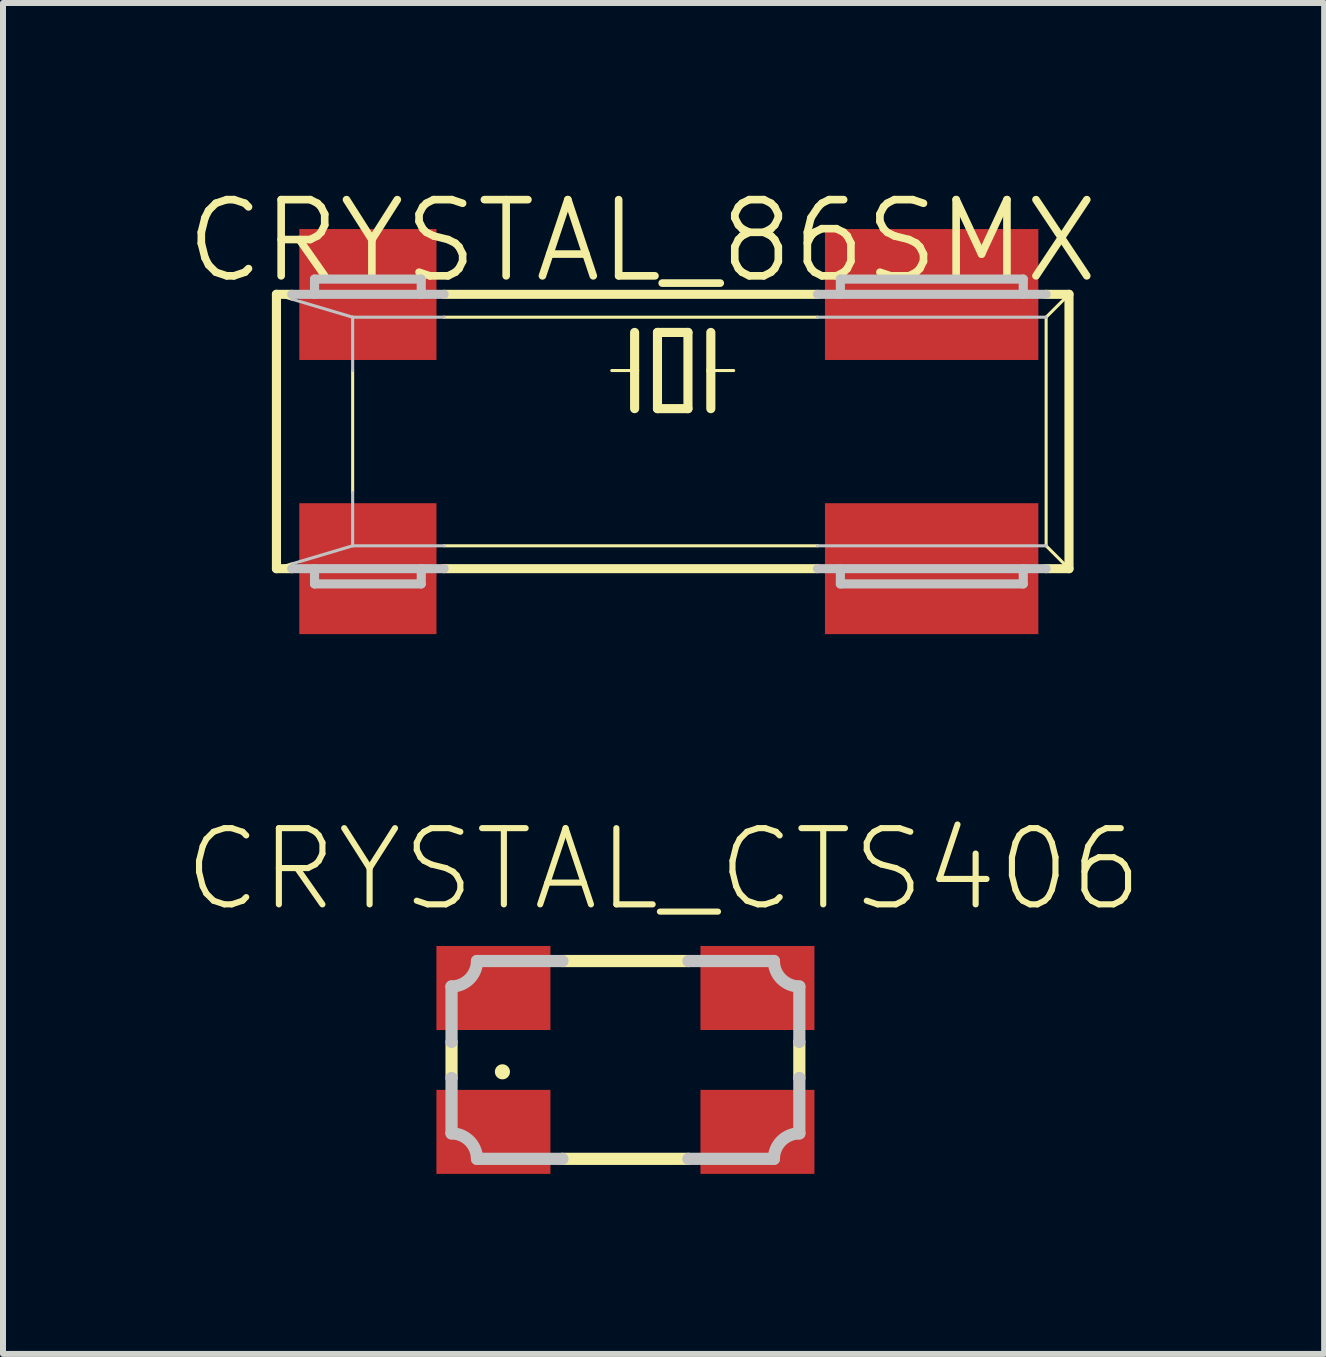
<source format=kicad_pcb>
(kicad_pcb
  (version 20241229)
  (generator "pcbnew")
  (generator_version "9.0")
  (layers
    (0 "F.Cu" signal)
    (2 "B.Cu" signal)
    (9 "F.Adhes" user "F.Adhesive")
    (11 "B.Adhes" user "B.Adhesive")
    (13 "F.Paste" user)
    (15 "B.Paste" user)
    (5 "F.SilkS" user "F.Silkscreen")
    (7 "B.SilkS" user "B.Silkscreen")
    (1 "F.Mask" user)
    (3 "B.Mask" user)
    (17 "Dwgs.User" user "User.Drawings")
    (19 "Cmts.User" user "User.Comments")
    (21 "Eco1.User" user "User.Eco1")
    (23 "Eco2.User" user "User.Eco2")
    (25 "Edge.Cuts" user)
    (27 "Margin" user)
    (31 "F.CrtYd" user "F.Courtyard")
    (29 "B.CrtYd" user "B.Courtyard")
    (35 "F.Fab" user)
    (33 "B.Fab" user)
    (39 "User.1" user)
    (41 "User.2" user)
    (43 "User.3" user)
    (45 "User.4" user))
  (footprint "CRYSTAL_CTS406"
    (layer "F.Cu")
    (at 7.373 14.614)
    (property "Reference" "CRYSTAL_CTS406" (at 0.635 -3.175 0) (layer "F.SilkS") (effects (font (size 1.27 1.27) (thickness 0.102))))
    (attr smd)
    (fp_line (start -2.898 0.3) (end -2.898 -0.3) (stroke (width 0.203) (type solid)) (layer "F.SilkS"))
    (fp_line (start -1.049 -1.648) (end 1.049 -1.648) (stroke (width 0.203) (type solid)) (layer "F.SilkS"))
    (fp_line (start 1.049 1.648) (end -1.049 1.648) (stroke (width 0.203) (type solid)) (layer "F.SilkS"))
    (fp_line (start 2.898 -0.3) (end 2.898 0.3) (stroke (width 0.203) (type solid)) (layer "F.SilkS"))
    (fp_circle (center -2.05 0.198) (end -2.139 0.287) (stroke (width 0) (type solid)) (fill yes) (layer "F.SilkS"))
    (fp_line (start -2.898 -0.3) (end -2.898 -1.224) (stroke (width 0.203) (type solid)) (layer "Dwgs.User"))
    (fp_line (start -2.898 1.224) (end -2.898 0.3) (stroke (width 0.203) (type solid)) (layer "Dwgs.User"))
    (fp_line (start -2.474 -1.648) (end -1.049 -1.648) (stroke (width 0.203) (type solid)) (layer "Dwgs.User"))
    (fp_line (start -1.049 1.648) (end -2.474 1.648) (stroke (width 0.203) (type solid)) (layer "Dwgs.User"))
    (fp_line (start 1.049 -1.648) (end 2.474 -1.648) (stroke (width 0.203) (type solid)) (layer "Dwgs.User"))
    (fp_line (start 2.474 1.648) (end 1.049 1.648) (stroke (width 0.203) (type solid)) (layer "Dwgs.User"))
    (fp_line (start 2.898 -1.224) (end 2.898 -0.3) (stroke (width 0.203) (type solid)) (layer "Dwgs.User"))
    (fp_line (start 2.898 0.3) (end 2.898 1.224) (stroke (width 0.203) (type solid)) (layer "Dwgs.User"))
    (fp_arc (start -2.89814 1.22428) (mid -2.598459 1.349738) (end -2.473954 1.649816) (stroke (width 0.2032) (type solid)) (layer "Dwgs.User"))
    (fp_arc (start -2.47396 -1.64846) (mid -2.599418 -1.348779) (end -2.899496 -1.224274) (stroke (width 0.2032) (type solid)) (layer "Dwgs.User"))
    (fp_arc (start 2.47396 1.64846) (mid 2.599418 1.348779) (end 2.899496 1.224274) (stroke (width 0.2032) (type solid)) (layer "Dwgs.User"))
    (fp_arc (start 2.89814 -1.22428) (mid 2.598459 -1.349738) (end 2.473954 -1.649816) (stroke (width 0.2032) (type solid)) (layer "Dwgs.User"))
    (pad "1" smd rect (at -2.2 1.199) (size 1.9 1.4) (layers "F.Cu" "F.Mask" "F.Paste"))
    (pad "2" smd rect (at 2.2 1.199) (size 1.9 1.4) (layers "F.Cu" "F.Mask" "F.Paste"))
    (pad "3" smd rect (at 2.2 -1.199) (size 1.9 1.4) (layers "F.Cu" "F.Mask" "F.Paste"))
    (pad "4" smd rect (at -2.2 -1.199) (size 1.9 1.4) (layers "F.Cu" "F.Mask" "F.Paste")))
  (footprint "CRYSTAL_86SMX"
    (layer "F.Cu")
    (at 8.161 4.141)
    (property "Reference" "CRYSTAL_86SMX" (at -0.508 -3.175 0) (layer "F.SilkS") (effects (font (size 1.27 1.27) (thickness 0.127))))
    (attr smd)
    (fp_line (start -6.604 -2.286) (end -6.35 -2.286) (stroke (width 0.152) (type solid)) (layer "F.SilkS"))
    (fp_line (start -6.604 2.286) (end -6.604 -2.286) (stroke (width 0.152) (type solid)) (layer "F.SilkS"))
    (fp_line (start -6.604 2.286) (end -6.35 2.286) (stroke (width 0.152) (type solid)) (layer "F.SilkS"))
    (fp_line (start -6.35 -2.207) (end -6.604 -2.286) (stroke (width 0.051) (type solid)) (layer "F.SilkS"))
    (fp_line (start -6.35 2.207) (end -6.604 2.286) (stroke (width 0.051) (type solid)) (layer "F.SilkS"))
    (fp_line (start -5.334 -1.016) (end -5.334 1.016) (stroke (width 0.051) (type solid)) (layer "F.SilkS"))
    (fp_line (start -3.81 -2.286) (end 2.413 -2.286) (stroke (width 0.152) (type solid)) (layer "F.SilkS"))
    (fp_line (start -3.81 -1.905) (end 2.413 -1.905) (stroke (width 0.051) (type solid)) (layer "F.SilkS"))
    (fp_line (start -3.81 1.905) (end 2.413 1.905) (stroke (width 0.051) (type solid)) (layer "F.SilkS"))
    (fp_line (start -3.81 2.286) (end 2.413 2.286) (stroke (width 0.152) (type solid)) (layer "F.SilkS"))
    (fp_line (start -0.635 -1.651) (end -0.635 -1.016) (stroke (width 0.152) (type solid)) (layer "F.SilkS"))
    (fp_line (start -0.635 -1.016) (end -1.016 -1.016) (stroke (width 0.051) (type solid)) (layer "F.SilkS"))
    (fp_line (start -0.635 -1.016) (end -0.635 -0.381) (stroke (width 0.152) (type solid)) (layer "F.SilkS"))
    (fp_line (start -0.254 -1.651) (end -0.254 -0.381) (stroke (width 0.152) (type solid)) (layer "F.SilkS"))
    (fp_line (start -0.254 -0.381) (end 0.254 -0.381) (stroke (width 0.152) (type solid)) (layer "F.SilkS"))
    (fp_line (start 0.254 -1.651) (end -0.254 -1.651) (stroke (width 0.152) (type solid)) (layer "F.SilkS"))
    (fp_line (start 0.254 -0.381) (end 0.254 -1.651) (stroke (width 0.152) (type solid)) (layer "F.SilkS"))
    (fp_line (start 0.635 -1.651) (end 0.635 -1.016) (stroke (width 0.152) (type solid)) (layer "F.SilkS"))
    (fp_line (start 0.635 -1.016) (end 0.635 -0.381) (stroke (width 0.152) (type solid)) (layer "F.SilkS"))
    (fp_line (start 0.635 -1.016) (end 1.016 -1.016) (stroke (width 0.051) (type solid)) (layer "F.SilkS"))
    (fp_line (start 6.223 -2.286) (end 6.604 -2.286) (stroke (width 0.152) (type solid)) (layer "F.SilkS"))
    (fp_line (start 6.223 -1.905) (end 6.604 -2.286) (stroke (width 0.051) (type solid)) (layer "F.SilkS"))
    (fp_line (start 6.223 1.905) (end 6.223 -1.905) (stroke (width 0.051) (type solid)) (layer "F.SilkS"))
    (fp_line (start 6.223 1.905) (end 6.604 2.286) (stroke (width 0.051) (type solid)) (layer "F.SilkS"))
    (fp_line (start 6.223 2.286) (end 6.604 2.286) (stroke (width 0.152) (type solid)) (layer "F.SilkS"))
    (fp_line (start 6.604 -2.286) (end 6.604 2.286) (stroke (width 0.152) (type solid)) (layer "F.SilkS"))
    (fp_line (start -6.35 -2.286) (end -5.969 -2.286) (stroke (width 0.152) (type solid)) (layer "Dwgs.User"))
    (fp_line (start -6.35 2.286) (end -5.969 2.286) (stroke (width 0.152) (type solid)) (layer "Dwgs.User"))
    (fp_line (start -5.969 -2.54) (end -5.969 -2.286) (stroke (width 0.152) (type solid)) (layer "Dwgs.User"))
    (fp_line (start -5.969 -2.54) (end -4.191 -2.54) (stroke (width 0.152) (type solid)) (layer "Dwgs.User"))
    (fp_line (start -5.969 -2.286) (end -4.191 -2.286) (stroke (width 0.152) (type solid)) (layer "Dwgs.User"))
    (fp_line (start -5.969 2.286) (end -4.191 2.286) (stroke (width 0.152) (type solid)) (layer "Dwgs.User"))
    (fp_line (start -5.969 2.54) (end -5.969 2.286) (stroke (width 0.152) (type solid)) (layer "Dwgs.User"))
    (fp_line (start -5.969 2.54) (end -4.191 2.54) (stroke (width 0.152) (type solid)) (layer "Dwgs.User"))
    (fp_line (start -5.334 -1.905) (end -6.35 -2.207) (stroke (width 0.051) (type solid)) (layer "Dwgs.User"))
    (fp_line (start -5.334 -1.905) (end -5.334 -1.016) (stroke (width 0.051) (type solid)) (layer "Dwgs.User"))
    (fp_line (start -5.334 -1.905) (end -3.81 -1.905) (stroke (width 0.051) (type solid)) (layer "Dwgs.User"))
    (fp_line (start -5.334 1.016) (end -5.334 1.905) (stroke (width 0.051) (type solid)) (layer "Dwgs.User"))
    (fp_line (start -5.334 1.905) (end -6.35 2.207) (stroke (width 0.051) (type solid)) (layer "Dwgs.User"))
    (fp_line (start -5.334 1.905) (end -3.81 1.905) (stroke (width 0.051) (type solid)) (layer "Dwgs.User"))
    (fp_line (start -4.191 -2.54) (end -4.191 -2.286) (stroke (width 0.152) (type solid)) (layer "Dwgs.User"))
    (fp_line (start -4.191 -2.286) (end -3.81 -2.286) (stroke (width 0.152) (type solid)) (layer "Dwgs.User"))
    (fp_line (start -4.191 2.286) (end -3.81 2.286) (stroke (width 0.152) (type solid)) (layer "Dwgs.User"))
    (fp_line (start -4.191 2.54) (end -4.191 2.286) (stroke (width 0.152) (type solid)) (layer "Dwgs.User"))
    (fp_line (start 2.413 -2.286) (end 6.223 -2.286) (stroke (width 0.152) (type solid)) (layer "Dwgs.User"))
    (fp_line (start 2.413 -1.905) (end 6.223 -1.905) (stroke (width 0.051) (type solid)) (layer "Dwgs.User"))
    (fp_line (start 2.413 1.905) (end 6.223 1.905) (stroke (width 0.051) (type solid)) (layer "Dwgs.User"))
    (fp_line (start 2.413 2.286) (end 6.223 2.286) (stroke (width 0.152) (type solid)) (layer "Dwgs.User"))
    (fp_line (start 2.794 -2.54) (end 5.842 -2.54) (stroke (width 0.152) (type solid)) (layer "Dwgs.User"))
    (fp_line (start 2.794 -2.286) (end 2.794 -2.54) (stroke (width 0.152) (type solid)) (layer "Dwgs.User"))
    (fp_line (start 2.794 2.286) (end 2.794 2.54) (stroke (width 0.152) (type solid)) (layer "Dwgs.User"))
    (fp_line (start 2.794 2.54) (end 5.842 2.54) (stroke (width 0.152) (type solid)) (layer "Dwgs.User"))
    (fp_line (start 5.842 -2.54) (end 5.842 -2.286) (stroke (width 0.152) (type solid)) (layer "Dwgs.User"))
    (fp_line (start 5.842 2.54) (end 5.842 2.286) (stroke (width 0.152) (type solid)) (layer "Dwgs.User"))
    (pad "1" smd rect (at -5.08 2.286) (size 2.286 2.182) (layers "F.Cu" "F.Mask" "F.Paste"))
    (pad "2" smd rect (at 4.315 2.286) (size 3.556 2.182) (layers "F.Cu" "F.Mask" "F.Paste"))
    (pad "3" smd rect (at 4.315 -2.283) (size 3.556 2.182) (layers "F.Cu" "F.Mask" "F.Paste"))
    (pad "4" smd rect (at -5.08 -2.283) (size 2.286 2.182) (layers "F.Cu" "F.Mask" "F.Paste")))
  (gr_rect
    (start -3 -3)
    (end 19.017 19.513)
    (stroke (width 0.1) (type default))
    (fill no)
    (layer "Edge.Cuts")))
</source>
